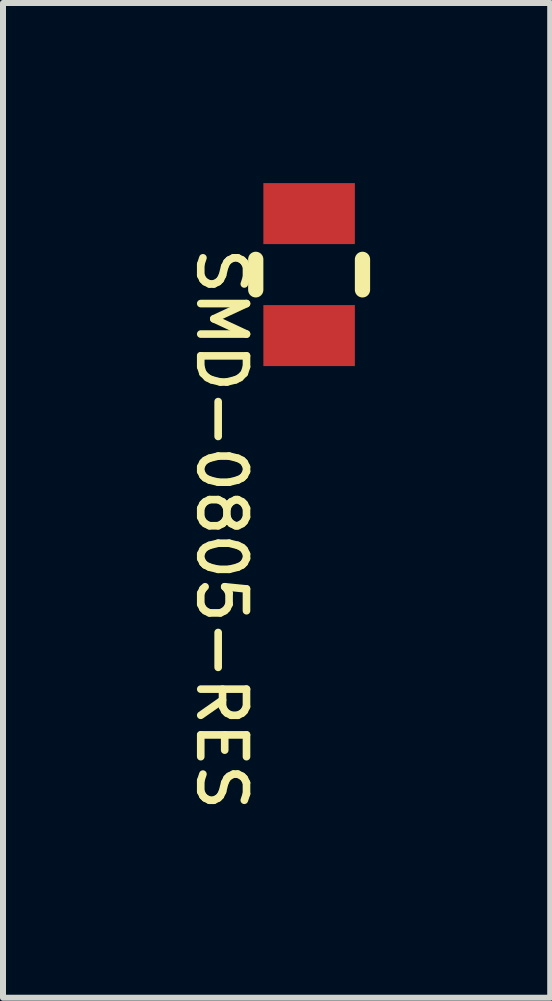
<source format=kicad_pcb>
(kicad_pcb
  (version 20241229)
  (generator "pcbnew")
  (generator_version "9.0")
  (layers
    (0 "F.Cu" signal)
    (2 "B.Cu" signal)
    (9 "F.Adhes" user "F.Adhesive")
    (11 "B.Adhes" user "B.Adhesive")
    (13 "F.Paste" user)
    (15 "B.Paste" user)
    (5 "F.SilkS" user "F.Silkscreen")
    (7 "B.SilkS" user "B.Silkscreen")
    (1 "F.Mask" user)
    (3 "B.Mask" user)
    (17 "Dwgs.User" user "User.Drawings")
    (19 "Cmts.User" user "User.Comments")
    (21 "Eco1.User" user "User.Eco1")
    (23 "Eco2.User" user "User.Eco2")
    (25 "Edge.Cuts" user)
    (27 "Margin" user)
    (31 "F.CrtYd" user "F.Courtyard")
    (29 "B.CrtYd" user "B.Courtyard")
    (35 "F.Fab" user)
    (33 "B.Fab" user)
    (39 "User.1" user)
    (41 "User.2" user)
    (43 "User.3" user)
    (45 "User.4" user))
  (footprint "SMD-0805-RES"
    (layer "F.Cu")
    (at 2.099 1.524)
    (property "Reference" "SMD-0805-RES" (at -1.905 -0.508 270) (unlocked yes) (layer "F.SilkS") (effects (font (size 0.762 0.762) (thickness 0.127)) (justify left bottom)))
    (fp_line (start -0.889 0.254) (end -0.889 -0.254) (stroke (width 0.254) (type solid)) (layer "F.SilkS"))
    (fp_line (start 0.889 0.254) (end 0.889 -0.254) (stroke (width 0.254) (type solid)) (layer "F.SilkS"))
    (pad "1" smd rect (at 0 -1.016 270) (size 1.016 1.524) (layers "F.Cu" "F.Mask" "F.Paste"))
    (pad "2" smd rect (at 0 1.016 270) (size 1.016 1.524) (layers "F.Cu" "F.Mask" "F.Paste")))
  (gr_rect
    (start -3 -3)
    (end 6.115 13.57)
    (stroke (width 0.1) (type default))
    (fill no)
    (layer "Edge.Cuts")))
</source>
